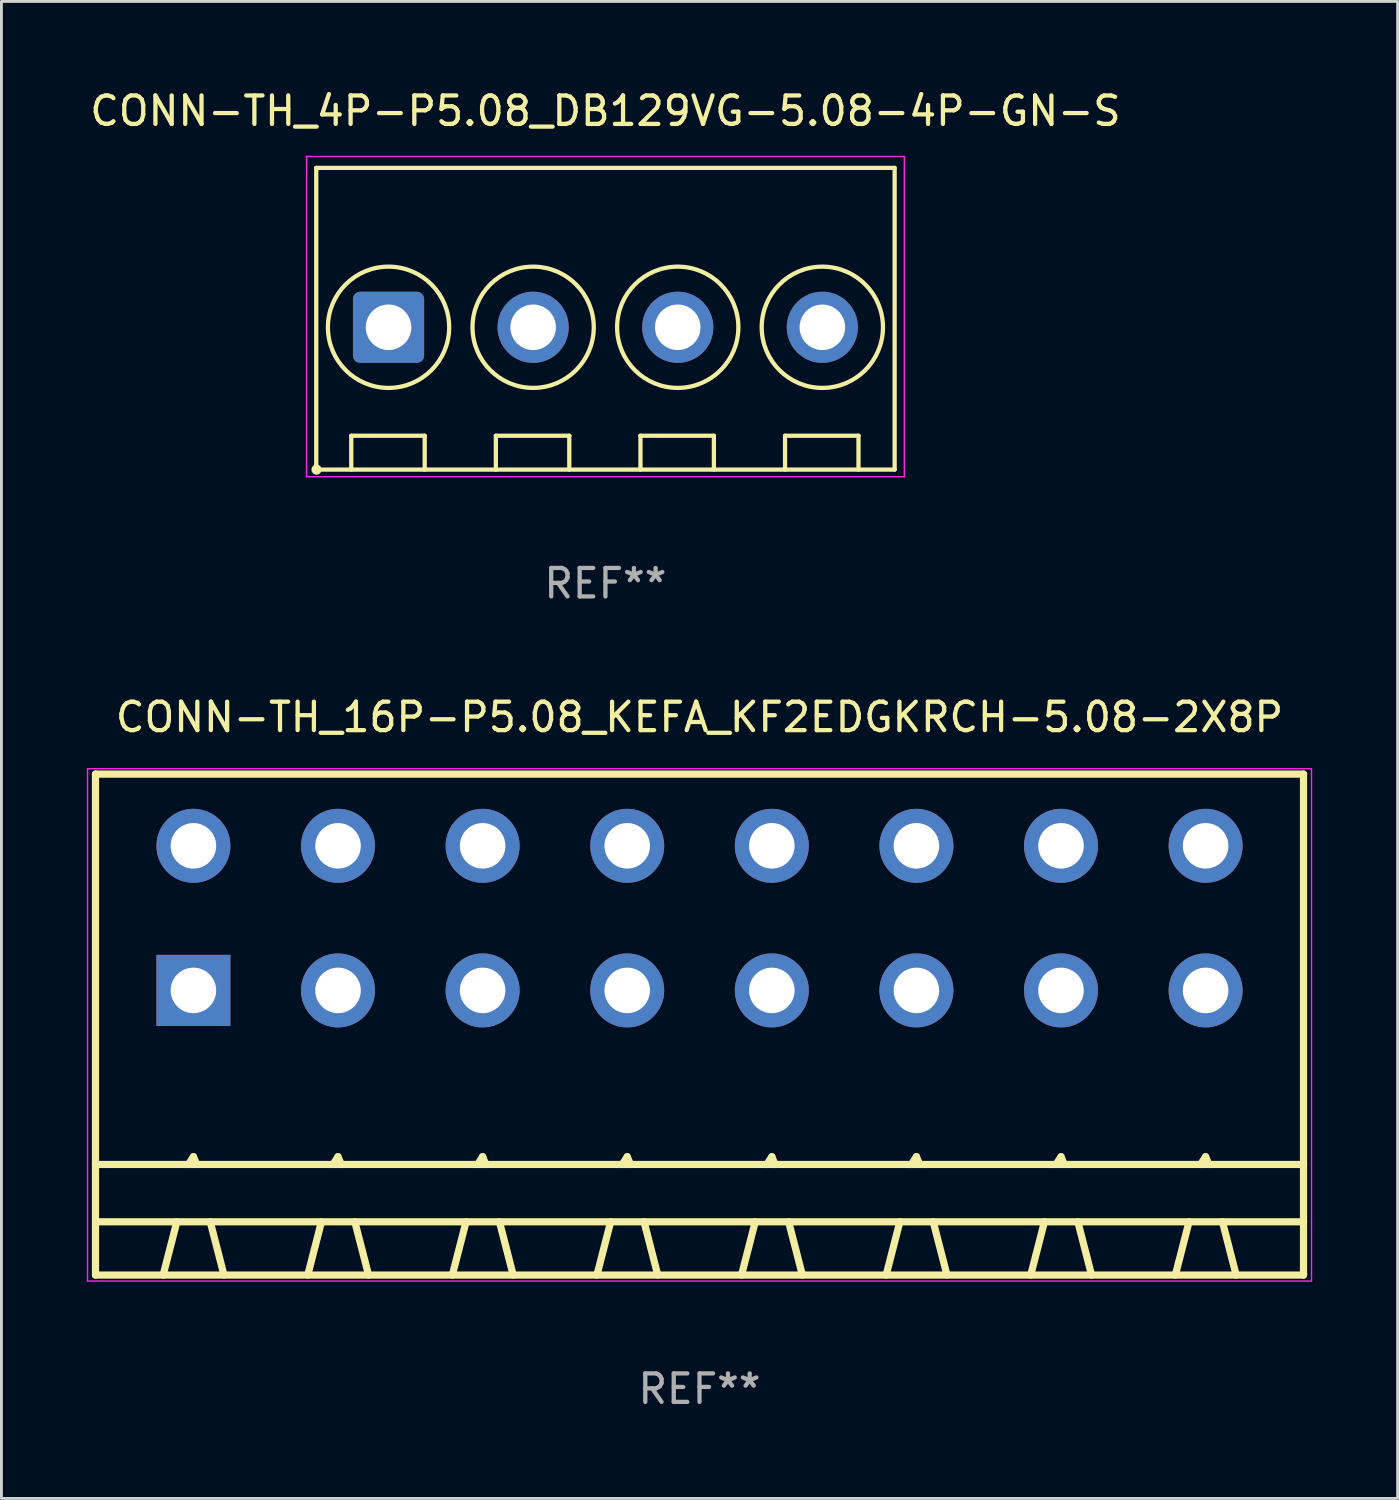
<source format=kicad_pcb>
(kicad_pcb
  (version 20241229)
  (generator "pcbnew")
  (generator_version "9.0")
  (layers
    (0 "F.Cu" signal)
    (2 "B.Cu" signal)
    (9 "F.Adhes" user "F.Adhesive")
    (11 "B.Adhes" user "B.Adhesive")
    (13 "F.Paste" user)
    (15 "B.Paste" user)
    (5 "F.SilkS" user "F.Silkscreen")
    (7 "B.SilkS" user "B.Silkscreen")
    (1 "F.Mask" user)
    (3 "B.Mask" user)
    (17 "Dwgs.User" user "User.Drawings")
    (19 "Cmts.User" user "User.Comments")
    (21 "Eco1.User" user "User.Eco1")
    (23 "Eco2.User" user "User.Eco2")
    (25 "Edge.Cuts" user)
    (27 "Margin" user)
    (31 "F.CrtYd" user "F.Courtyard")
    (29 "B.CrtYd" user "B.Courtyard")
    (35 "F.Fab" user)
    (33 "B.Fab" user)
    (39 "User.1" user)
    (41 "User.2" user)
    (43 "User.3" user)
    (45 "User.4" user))
  (footprint "CONN-TH_16P-P5.08_KEFA_KF2EDGKRCH-5.08-2X8P"
    (layer "F.Cu")
    (at 21.525 29.205)
    (property "Reference" "CONN-TH_16P-P5.08_KEFA_KF2EDGKRCH-5.08-2X8P" (at 0 -7.06 0) (layer "F.SilkS") (effects (font (size 1 1) (thickness 0.15))))
    (attr through_hole)
    (fp_line (start -21.22 -5.06) (end -21.22 12.54) (stroke (width 0.254) (type solid)) (layer "F.SilkS"))
    (fp_line (start -21.22 -5.06) (end 21.22 -5.06) (stroke (width 0.254) (type solid)) (layer "F.SilkS"))
    (fp_line (start -21.22 8.655) (end 21.22 8.655) (stroke (width 0.254) (type solid)) (layer "F.SilkS"))
    (fp_line (start -21.22 12.54) (end 21.22 12.54) (stroke (width 0.254) (type solid)) (layer "F.SilkS"))
    (fp_line (start -21.082 10.668) (end 21.22 10.668) (stroke (width 0.254) (type solid)) (layer "F.SilkS"))
    (fp_line (start -18.844 12.54) (end -18.362 10.668) (stroke (width 0.254) (type solid)) (layer "F.SilkS"))
    (fp_line (start -17.956 8.655) (end -17.78 8.382) (stroke (width 0.254) (type solid)) (layer "F.SilkS"))
    (fp_line (start -17.78 8.382) (end -17.666 8.655) (stroke (width 0.254) (type solid)) (layer "F.SilkS"))
    (fp_line (start -16.706 12.54) (end -17.189 10.668) (stroke (width 0.254) (type solid)) (layer "F.SilkS"))
    (fp_line (start -13.764 12.54) (end -13.282 10.668) (stroke (width 0.254) (type solid)) (layer "F.SilkS"))
    (fp_line (start -12.876 8.655) (end -12.7 8.382) (stroke (width 0.254) (type solid)) (layer "F.SilkS"))
    (fp_line (start -12.7 8.382) (end -12.586 8.655) (stroke (width 0.254) (type solid)) (layer "F.SilkS"))
    (fp_line (start -11.626 12.54) (end -12.109 10.668) (stroke (width 0.254) (type solid)) (layer "F.SilkS"))
    (fp_line (start -8.684 12.54) (end -8.202 10.668) (stroke (width 0.254) (type solid)) (layer "F.SilkS"))
    (fp_line (start -7.796 8.655) (end -7.62 8.382) (stroke (width 0.254) (type solid)) (layer "F.SilkS"))
    (fp_line (start -7.62 8.382) (end -7.506 8.655) (stroke (width 0.254) (type solid)) (layer "F.SilkS"))
    (fp_line (start -6.546 12.54) (end -7.029 10.668) (stroke (width 0.254) (type solid)) (layer "F.SilkS"))
    (fp_line (start -3.604 12.54) (end -3.122 10.668) (stroke (width 0.254) (type solid)) (layer "F.SilkS"))
    (fp_line (start -2.716 8.655) (end -2.54 8.382) (stroke (width 0.254) (type solid)) (layer "F.SilkS"))
    (fp_line (start -2.54 8.382) (end -2.426 8.655) (stroke (width 0.254) (type solid)) (layer "F.SilkS"))
    (fp_line (start -1.466 12.54) (end -1.949 10.668) (stroke (width 0.254) (type solid)) (layer "F.SilkS"))
    (fp_line (start 1.476 12.54) (end 1.958 10.668) (stroke (width 0.254) (type solid)) (layer "F.SilkS"))
    (fp_line (start 2.364 8.655) (end 2.54 8.382) (stroke (width 0.254) (type solid)) (layer "F.SilkS"))
    (fp_line (start 2.54 8.382) (end 2.654 8.655) (stroke (width 0.254) (type solid)) (layer "F.SilkS"))
    (fp_line (start 3.614 12.54) (end 3.131 10.668) (stroke (width 0.254) (type solid)) (layer "F.SilkS"))
    (fp_line (start 6.556 12.54) (end 7.038 10.668) (stroke (width 0.254) (type solid)) (layer "F.SilkS"))
    (fp_line (start 7.444 8.655) (end 7.62 8.382) (stroke (width 0.254) (type solid)) (layer "F.SilkS"))
    (fp_line (start 7.62 8.382) (end 7.734 8.655) (stroke (width 0.254) (type solid)) (layer "F.SilkS"))
    (fp_line (start 8.694 12.54) (end 8.211 10.668) (stroke (width 0.254) (type solid)) (layer "F.SilkS"))
    (fp_line (start 11.636 12.54) (end 12.118 10.668) (stroke (width 0.254) (type solid)) (layer "F.SilkS"))
    (fp_line (start 12.524 8.655) (end 12.7 8.382) (stroke (width 0.254) (type solid)) (layer "F.SilkS"))
    (fp_line (start 12.7 8.382) (end 12.814 8.655) (stroke (width 0.254) (type solid)) (layer "F.SilkS"))
    (fp_line (start 13.774 12.54) (end 13.291 10.668) (stroke (width 0.254) (type solid)) (layer "F.SilkS"))
    (fp_line (start 16.716 12.54) (end 17.198 10.668) (stroke (width 0.254) (type solid)) (layer "F.SilkS"))
    (fp_line (start 17.604 8.655) (end 17.78 8.382) (stroke (width 0.254) (type solid)) (layer "F.SilkS"))
    (fp_line (start 17.78 8.382) (end 17.894 8.655) (stroke (width 0.254) (type solid)) (layer "F.SilkS"))
    (fp_line (start 18.854 12.54) (end 18.371 10.668) (stroke (width 0.254) (type solid)) (layer "F.SilkS"))
    (fp_line (start 21.22 -5.06) (end 21.22 12.54) (stroke (width 0.254) (type solid)) (layer "F.SilkS"))
    (fp_circle (center -21.22 12.54) (end -21.19 12.54) (stroke (width 0.06) (type solid)) (fill no) (layer "F.SilkS"))
    (fp_line (start -21.5 -5.25) (end 21.5 -5.25) (stroke (width 0.05) (type default)) (layer "F.CrtYd"))
    (fp_line (start -21.5 12.75) (end -21.5 -5.25) (stroke (width 0.05) (type default)) (layer "F.CrtYd"))
    (fp_line (start 21.5 -5.25) (end 21.5 12.75) (stroke (width 0.05) (type default)) (layer "F.CrtYd"))
    (fp_line (start 21.5 12.75) (end -21.5 12.75) (stroke (width 0.05) (type default)) (layer "F.CrtYd"))
    (fp_text user "REF**" (at 0 16.54 0) (layer "F.Fab") (effects (font (size 1 1) (thickness 0.15))))
    (pad "1" thru_hole rect (at -17.78 2.54) (size 2.6 2.5) (drill 1.6) (layers "*.Cu" "*.Mask"))
    (pad "2" thru_hole circle (at -17.78 -2.54) (size 2.6 2.6) (drill 1.6) (layers "*.Cu" "*.Mask"))
    (pad "3" thru_hole circle (at -12.7 2.54) (size 2.6 2.6) (drill 1.6) (layers "*.Cu" "*.Mask"))
    (pad "4" thru_hole circle (at -12.7 -2.54) (size 2.6 2.6) (drill 1.6) (layers "*.Cu" "*.Mask"))
    (pad "5" thru_hole circle (at -7.62 2.54) (size 2.6 2.6) (drill 1.6) (layers "*.Cu" "*.Mask"))
    (pad "6" thru_hole circle (at -7.62 -2.54) (size 2.6 2.6) (drill 1.6) (layers "*.Cu" "*.Mask"))
    (pad "7" thru_hole circle (at -2.54 2.54) (size 2.6 2.6) (drill 1.6) (layers "*.Cu" "*.Mask"))
    (pad "8" thru_hole circle (at -2.54 -2.54) (size 2.6 2.6) (drill 1.6) (layers "*.Cu" "*.Mask"))
    (pad "9" thru_hole circle (at 2.54 2.54) (size 2.6 2.6) (drill 1.6) (layers "*.Cu" "*.Mask"))
    (pad "10" thru_hole circle (at 2.54 -2.54) (size 2.6 2.6) (drill 1.6) (layers "*.Cu" "*.Mask"))
    (pad "11" thru_hole circle (at 7.62 2.54) (size 2.6 2.6) (drill 1.6) (layers "*.Cu" "*.Mask"))
    (pad "12" thru_hole circle (at 7.62 -2.54) (size 2.6 2.6) (drill 1.6) (layers "*.Cu" "*.Mask"))
    (pad "13" thru_hole circle (at 12.7 2.54) (size 2.6 2.6) (drill 1.6) (layers "*.Cu" "*.Mask"))
    (pad "14" thru_hole circle (at 12.7 -2.54) (size 2.6 2.6) (drill 1.6) (layers "*.Cu" "*.Mask"))
    (pad "15" thru_hole circle (at 17.78 2.54) (size 2.6 2.6) (drill 1.6) (layers "*.Cu" "*.Mask"))
    (pad "16" thru_hole circle (at 17.78 -2.54) (size 2.6 2.6) (drill 1.6) (layers "*.Cu" "*.Mask")))
  (footprint "CONN-TH_4P-P5.08_DB129VG-5.08-4P-GN-S"
    (layer "F.Cu")
    (at 18.22 8.448)
    (property "Reference" "CONN-TH_4P-P5.08_DB129VG-5.08-4P-GN-S" (at 0 -7.6 0) (layer "F.SilkS") (effects (font (size 1 1) (thickness 0.15))))
    (attr through_hole)
    (fp_line (start -10.16 -5.6) (end -10.16 5) (stroke (width 0.15) (type solid)) (layer "F.SilkS"))
    (fp_line (start -8.93 3.81) (end -6.35 3.81) (stroke (width 0.15) (type solid)) (layer "F.SilkS"))
    (fp_line (start -8.93 5) (end -8.93 3.81) (stroke (width 0.15) (type solid)) (layer "F.SilkS"))
    (fp_line (start -6.35 3.81) (end -6.35 5) (stroke (width 0.15) (type solid)) (layer "F.SilkS"))
    (fp_line (start -3.85 3.81) (end -1.27 3.81) (stroke (width 0.15) (type solid)) (layer "F.SilkS"))
    (fp_line (start -3.85 5) (end -3.85 3.81) (stroke (width 0.15) (type solid)) (layer "F.SilkS"))
    (fp_line (start -1.27 3.81) (end -1.27 5) (stroke (width 0.15) (type solid)) (layer "F.SilkS"))
    (fp_line (start 1.23 3.81) (end 3.81 3.81) (stroke (width 0.15) (type solid)) (layer "F.SilkS"))
    (fp_line (start 1.23 5) (end 1.23 3.81) (stroke (width 0.15) (type solid)) (layer "F.SilkS"))
    (fp_line (start 3.81 3.81) (end 3.81 5) (stroke (width 0.15) (type solid)) (layer "F.SilkS"))
    (fp_line (start 6.31 3.81) (end 8.89 3.81) (stroke (width 0.15) (type solid)) (layer "F.SilkS"))
    (fp_line (start 6.31 5) (end 6.31 3.81) (stroke (width 0.15) (type solid)) (layer "F.SilkS"))
    (fp_line (start 8.89 3.81) (end 8.89 5) (stroke (width 0.15) (type solid)) (layer "F.SilkS"))
    (fp_line (start 10.16 -5.6) (end -10.16 -5.6) (stroke (width 0.15) (type solid)) (layer "F.SilkS"))
    (fp_line (start 10.16 -5.6) (end 10.16 5) (stroke (width 0.15) (type solid)) (layer "F.SilkS"))
    (fp_line (start 10.16 5) (end -10.16 5) (stroke (width 0.15) (type solid)) (layer "F.SilkS"))
    (fp_circle (center -10.15 5) (end -10.12 5) (stroke (width 0.15) (type solid)) (fill no) (layer "F.SilkS"))
    (fp_circle (center -7.62 0) (end -5.49 0) (stroke (width 0.15) (type solid)) (fill no) (layer "F.SilkS"))
    (fp_circle (center -2.54 0) (end -0.41 0) (stroke (width 0.15) (type solid)) (fill no) (layer "F.SilkS"))
    (fp_circle (center 2.54 0) (end 4.67 0) (stroke (width 0.15) (type solid)) (fill no) (layer "F.SilkS"))
    (fp_circle (center 7.62 0) (end 9.75 0) (stroke (width 0.15) (type solid)) (fill no) (layer "F.SilkS"))
    (fp_line (start -10.5 -6) (end 10.5 -6) (stroke (width 0.05) (type default)) (layer "F.CrtYd"))
    (fp_line (start -10.5 5.25) (end -10.5 -6) (stroke (width 0.05) (type default)) (layer "F.CrtYd"))
    (fp_line (start 10.5 -6) (end 10.5 5.25) (stroke (width 0.05) (type default)) (layer "F.CrtYd"))
    (fp_line (start 10.5 5.25) (end -10.5 5.25) (stroke (width 0.05) (type default)) (layer "F.CrtYd"))
    (fp_text user "REF**" (at 0 9 0) (layer "F.Fab") (effects (font (size 1 1) (thickness 0.15))))
    (pad "1" thru_hole roundrect (at -7.62 0) (size 2.5 2.5) (drill 1.6) (layers "*.Cu" "*.Mask") (roundrect_rratio 0.1))
    (pad "2" thru_hole circle (at -2.54 0) (size 2.5 2.5) (drill 1.6) (layers "*.Cu" "*.Mask"))
    (pad "3" thru_hole circle (at 2.54 0) (size 2.5 2.5) (drill 1.6) (layers "*.Cu" "*.Mask"))
    (pad "4" thru_hole circle (at 7.62 0) (size 2.5 2.5) (drill 1.6) (layers "*.Cu" "*.Mask")))
  (gr_rect
    (start -3 -3)
    (end 46.05 49.593)
    (stroke (width 0.1) (type default))
    (fill no)
    (layer "Edge.Cuts")))
</source>
